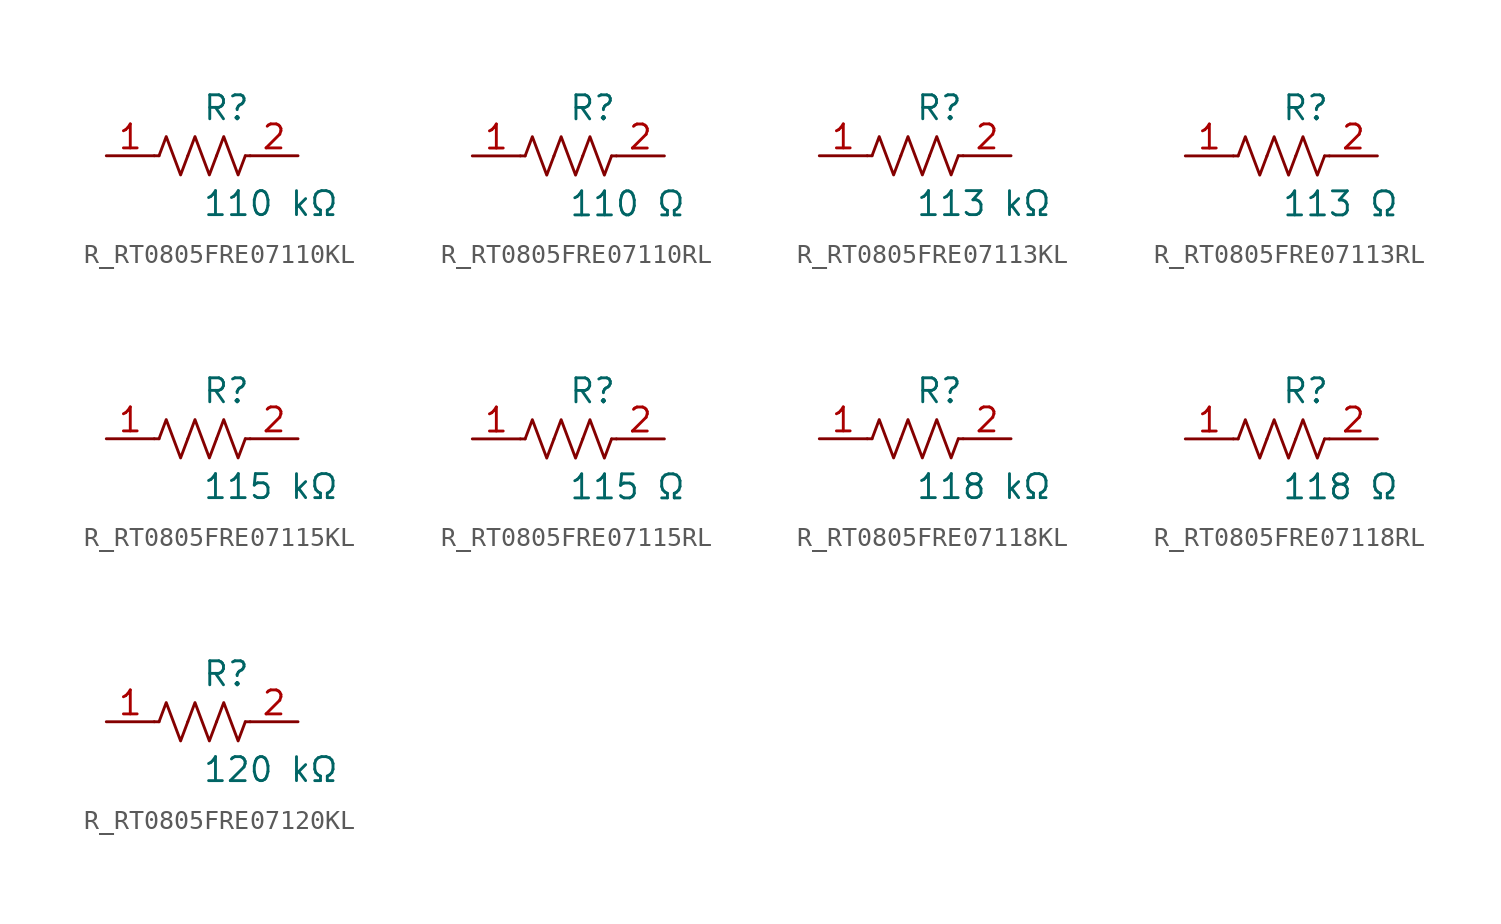
<source format=kicad_sym>
(kicad_symbol_lib
  (version 20231120)
  (generator kicad_symbol_editor)
  (generator_version 8.0)
  (symbol "R_RT0805FRE07110KL"
    (pin_names
      (offset 0.254))
    (property "Reference" "R"
      (at 0 2.54 0)
      (effects (font (size 1.27 1.27)) (justify left)))
    (property "Value" "110 kΩ"
      (at 0 -2.54 0)
      (effects (font (size 1.27 1.27)) (justify left)))
    (symbol "R_RT0805FRE07110KL_0_1"
      (polyline (pts (xy 2.286 0) (xy 2.54 0)) (stroke (width 0) (type default)) (fill (type none)))
      (polyline (pts (xy -2.286 0) (xy -2.54 0)) (stroke (width 0) (type default)) (fill (type none)))
      (polyline (pts (xy 0.762 0) (xy 1.143 1.016) (xy 1.524 0) (xy 1.905 -1.016) (xy 2.286 0)) (stroke (width 0) (type default)) (fill (type none)))
      (polyline (pts (xy -0.762 0) (xy -0.381 1.016) (xy 0 0) (xy 0.381 -1.016) (xy 0.762 0)) (stroke (width 0) (type default)) (fill (type none)))
      (polyline (pts (xy -2.286 0) (xy -1.905 1.016) (xy -1.524 0) (xy -1.143 -1.016) (xy -0.762 0)) (stroke (width 0) (type default)) (fill (type none))))
    (pin passive line
      (at -5.08 0 0)
      (length 2.54)
      (name "" (effects (font (size 1.27 1.27))))
      (number "1" (effects (font (size 1.27 1.27)))))
    (pin passive line
      (at 5.08 0 180)
      (length 2.54)
      (name "" (effects (font (size 1.27 1.27))))
      (number "2" (effects (font (size 1.27 1.27))))))
  (symbol "R_RT0805FRE07110RL"
    (pin_names
      (offset 0.254))
    (property "Reference" "R"
      (at 0 2.54 0)
      (effects (font (size 1.27 1.27)) (justify left)))
    (property "Value" "110 Ω"
      (at 0 -2.54 0)
      (effects (font (size 1.27 1.27)) (justify left)))
    (symbol "R_RT0805FRE07110RL_0_1"
      (polyline (pts (xy 2.286 0) (xy 2.54 0)) (stroke (width 0) (type default)) (fill (type none)))
      (polyline (pts (xy -2.286 0) (xy -2.54 0)) (stroke (width 0) (type default)) (fill (type none)))
      (polyline (pts (xy 0.762 0) (xy 1.143 1.016) (xy 1.524 0) (xy 1.905 -1.016) (xy 2.286 0)) (stroke (width 0) (type default)) (fill (type none)))
      (polyline (pts (xy -0.762 0) (xy -0.381 1.016) (xy 0 0) (xy 0.381 -1.016) (xy 0.762 0)) (stroke (width 0) (type default)) (fill (type none)))
      (polyline (pts (xy -2.286 0) (xy -1.905 1.016) (xy -1.524 0) (xy -1.143 -1.016) (xy -0.762 0)) (stroke (width 0) (type default)) (fill (type none))))
    (pin passive line
      (at -5.08 0 0)
      (length 2.54)
      (name "" (effects (font (size 1.27 1.27))))
      (number "1" (effects (font (size 1.27 1.27)))))
    (pin passive line
      (at 5.08 0 180)
      (length 2.54)
      (name "" (effects (font (size 1.27 1.27))))
      (number "2" (effects (font (size 1.27 1.27))))))
  (symbol "R_RT0805FRE07113KL"
    (pin_names
      (offset 0.254))
    (property "Reference" "R"
      (at 0 2.54 0)
      (effects (font (size 1.27 1.27)) (justify left)))
    (property "Value" "113 kΩ"
      (at 0 -2.54 0)
      (effects (font (size 1.27 1.27)) (justify left)))
    (symbol "R_RT0805FRE07113KL_0_1"
      (polyline (pts (xy 2.286 0) (xy 2.54 0)) (stroke (width 0) (type default)) (fill (type none)))
      (polyline (pts (xy -2.286 0) (xy -2.54 0)) (stroke (width 0) (type default)) (fill (type none)))
      (polyline (pts (xy 0.762 0) (xy 1.143 1.016) (xy 1.524 0) (xy 1.905 -1.016) (xy 2.286 0)) (stroke (width 0) (type default)) (fill (type none)))
      (polyline (pts (xy -0.762 0) (xy -0.381 1.016) (xy 0 0) (xy 0.381 -1.016) (xy 0.762 0)) (stroke (width 0) (type default)) (fill (type none)))
      (polyline (pts (xy -2.286 0) (xy -1.905 1.016) (xy -1.524 0) (xy -1.143 -1.016) (xy -0.762 0)) (stroke (width 0) (type default)) (fill (type none))))
    (pin passive line
      (at -5.08 0 0)
      (length 2.54)
      (name "" (effects (font (size 1.27 1.27))))
      (number "1" (effects (font (size 1.27 1.27)))))
    (pin passive line
      (at 5.08 0 180)
      (length 2.54)
      (name "" (effects (font (size 1.27 1.27))))
      (number "2" (effects (font (size 1.27 1.27))))))
  (symbol "R_RT0805FRE07113RL"
    (pin_names
      (offset 0.254))
    (property "Reference" "R"
      (at 0 2.54 0)
      (effects (font (size 1.27 1.27)) (justify left)))
    (property "Value" "113 Ω"
      (at 0 -2.54 0)
      (effects (font (size 1.27 1.27)) (justify left)))
    (symbol "R_RT0805FRE07113RL_0_1"
      (polyline (pts (xy 2.286 0) (xy 2.54 0)) (stroke (width 0) (type default)) (fill (type none)))
      (polyline (pts (xy -2.286 0) (xy -2.54 0)) (stroke (width 0) (type default)) (fill (type none)))
      (polyline (pts (xy 0.762 0) (xy 1.143 1.016) (xy 1.524 0) (xy 1.905 -1.016) (xy 2.286 0)) (stroke (width 0) (type default)) (fill (type none)))
      (polyline (pts (xy -0.762 0) (xy -0.381 1.016) (xy 0 0) (xy 0.381 -1.016) (xy 0.762 0)) (stroke (width 0) (type default)) (fill (type none)))
      (polyline (pts (xy -2.286 0) (xy -1.905 1.016) (xy -1.524 0) (xy -1.143 -1.016) (xy -0.762 0)) (stroke (width 0) (type default)) (fill (type none))))
    (pin passive line
      (at -5.08 0 0)
      (length 2.54)
      (name "" (effects (font (size 1.27 1.27))))
      (number "1" (effects (font (size 1.27 1.27)))))
    (pin passive line
      (at 5.08 0 180)
      (length 2.54)
      (name "" (effects (font (size 1.27 1.27))))
      (number "2" (effects (font (size 1.27 1.27))))))
  (symbol "R_RT0805FRE07115KL"
    (pin_names
      (offset 0.254))
    (property "Reference" "R"
      (at 0 2.54 0)
      (effects (font (size 1.27 1.27)) (justify left)))
    (property "Value" "115 kΩ"
      (at 0 -2.54 0)
      (effects (font (size 1.27 1.27)) (justify left)))
    (symbol "R_RT0805FRE07115KL_0_1"
      (polyline (pts (xy 2.286 0) (xy 2.54 0)) (stroke (width 0) (type default)) (fill (type none)))
      (polyline (pts (xy -2.286 0) (xy -2.54 0)) (stroke (width 0) (type default)) (fill (type none)))
      (polyline (pts (xy 0.762 0) (xy 1.143 1.016) (xy 1.524 0) (xy 1.905 -1.016) (xy 2.286 0)) (stroke (width 0) (type default)) (fill (type none)))
      (polyline (pts (xy -0.762 0) (xy -0.381 1.016) (xy 0 0) (xy 0.381 -1.016) (xy 0.762 0)) (stroke (width 0) (type default)) (fill (type none)))
      (polyline (pts (xy -2.286 0) (xy -1.905 1.016) (xy -1.524 0) (xy -1.143 -1.016) (xy -0.762 0)) (stroke (width 0) (type default)) (fill (type none))))
    (pin passive line
      (at -5.08 0 0)
      (length 2.54)
      (name "" (effects (font (size 1.27 1.27))))
      (number "1" (effects (font (size 1.27 1.27)))))
    (pin passive line
      (at 5.08 0 180)
      (length 2.54)
      (name "" (effects (font (size 1.27 1.27))))
      (number "2" (effects (font (size 1.27 1.27))))))
  (symbol "R_RT0805FRE07115RL"
    (pin_names
      (offset 0.254))
    (property "Reference" "R"
      (at 0 2.54 0)
      (effects (font (size 1.27 1.27)) (justify left)))
    (property "Value" "115 Ω"
      (at 0 -2.54 0)
      (effects (font (size 1.27 1.27)) (justify left)))
    (symbol "R_RT0805FRE07115RL_0_1"
      (polyline (pts (xy 2.286 0) (xy 2.54 0)) (stroke (width 0) (type default)) (fill (type none)))
      (polyline (pts (xy -2.286 0) (xy -2.54 0)) (stroke (width 0) (type default)) (fill (type none)))
      (polyline (pts (xy 0.762 0) (xy 1.143 1.016) (xy 1.524 0) (xy 1.905 -1.016) (xy 2.286 0)) (stroke (width 0) (type default)) (fill (type none)))
      (polyline (pts (xy -0.762 0) (xy -0.381 1.016) (xy 0 0) (xy 0.381 -1.016) (xy 0.762 0)) (stroke (width 0) (type default)) (fill (type none)))
      (polyline (pts (xy -2.286 0) (xy -1.905 1.016) (xy -1.524 0) (xy -1.143 -1.016) (xy -0.762 0)) (stroke (width 0) (type default)) (fill (type none))))
    (pin passive line
      (at -5.08 0 0)
      (length 2.54)
      (name "" (effects (font (size 1.27 1.27))))
      (number "1" (effects (font (size 1.27 1.27)))))
    (pin passive line
      (at 5.08 0 180)
      (length 2.54)
      (name "" (effects (font (size 1.27 1.27))))
      (number "2" (effects (font (size 1.27 1.27))))))
  (symbol "R_RT0805FRE07118KL"
    (pin_names
      (offset 0.254))
    (property "Reference" "R"
      (at 0 2.54 0)
      (effects (font (size 1.27 1.27)) (justify left)))
    (property "Value" "118 kΩ"
      (at 0 -2.54 0)
      (effects (font (size 1.27 1.27)) (justify left)))
    (symbol "R_RT0805FRE07118KL_0_1"
      (polyline (pts (xy 2.286 0) (xy 2.54 0)) (stroke (width 0) (type default)) (fill (type none)))
      (polyline (pts (xy -2.286 0) (xy -2.54 0)) (stroke (width 0) (type default)) (fill (type none)))
      (polyline (pts (xy 0.762 0) (xy 1.143 1.016) (xy 1.524 0) (xy 1.905 -1.016) (xy 2.286 0)) (stroke (width 0) (type default)) (fill (type none)))
      (polyline (pts (xy -0.762 0) (xy -0.381 1.016) (xy 0 0) (xy 0.381 -1.016) (xy 0.762 0)) (stroke (width 0) (type default)) (fill (type none)))
      (polyline (pts (xy -2.286 0) (xy -1.905 1.016) (xy -1.524 0) (xy -1.143 -1.016) (xy -0.762 0)) (stroke (width 0) (type default)) (fill (type none))))
    (pin passive line
      (at -5.08 0 0)
      (length 2.54)
      (name "" (effects (font (size 1.27 1.27))))
      (number "1" (effects (font (size 1.27 1.27)))))
    (pin passive line
      (at 5.08 0 180)
      (length 2.54)
      (name "" (effects (font (size 1.27 1.27))))
      (number "2" (effects (font (size 1.27 1.27))))))
  (symbol "R_RT0805FRE07118RL"
    (pin_names
      (offset 0.254))
    (property "Reference" "R"
      (at 0 2.54 0)
      (effects (font (size 1.27 1.27)) (justify left)))
    (property "Value" "118 Ω"
      (at 0 -2.54 0)
      (effects (font (size 1.27 1.27)) (justify left)))
    (symbol "R_RT0805FRE07118RL_0_1"
      (polyline (pts (xy 2.286 0) (xy 2.54 0)) (stroke (width 0) (type default)) (fill (type none)))
      (polyline (pts (xy -2.286 0) (xy -2.54 0)) (stroke (width 0) (type default)) (fill (type none)))
      (polyline (pts (xy 0.762 0) (xy 1.143 1.016) (xy 1.524 0) (xy 1.905 -1.016) (xy 2.286 0)) (stroke (width 0) (type default)) (fill (type none)))
      (polyline (pts (xy -0.762 0) (xy -0.381 1.016) (xy 0 0) (xy 0.381 -1.016) (xy 0.762 0)) (stroke (width 0) (type default)) (fill (type none)))
      (polyline (pts (xy -2.286 0) (xy -1.905 1.016) (xy -1.524 0) (xy -1.143 -1.016) (xy -0.762 0)) (stroke (width 0) (type default)) (fill (type none))))
    (pin passive line
      (at -5.08 0 0)
      (length 2.54)
      (name "" (effects (font (size 1.27 1.27))))
      (number "1" (effects (font (size 1.27 1.27)))))
    (pin passive line
      (at 5.08 0 180)
      (length 2.54)
      (name "" (effects (font (size 1.27 1.27))))
      (number "2" (effects (font (size 1.27 1.27))))))
  (symbol "R_RT0805FRE07120KL"
    (pin_names
      (offset 0.254))
    (property "Reference" "R"
      (at 0 2.54 0)
      (effects (font (size 1.27 1.27)) (justify left)))
    (property "Value" "120 kΩ"
      (at 0 -2.54 0)
      (effects (font (size 1.27 1.27)) (justify left)))
    (symbol "R_RT0805FRE07120KL_0_1"
      (polyline (pts (xy 2.286 0) (xy 2.54 0)) (stroke (width 0) (type default)) (fill (type none)))
      (polyline (pts (xy -2.286 0) (xy -2.54 0)) (stroke (width 0) (type default)) (fill (type none)))
      (polyline (pts (xy 0.762 0) (xy 1.143 1.016) (xy 1.524 0) (xy 1.905 -1.016) (xy 2.286 0)) (stroke (width 0) (type default)) (fill (type none)))
      (polyline (pts (xy -0.762 0) (xy -0.381 1.016) (xy 0 0) (xy 0.381 -1.016) (xy 0.762 0)) (stroke (width 0) (type default)) (fill (type none)))
      (polyline (pts (xy -2.286 0) (xy -1.905 1.016) (xy -1.524 0) (xy -1.143 -1.016) (xy -0.762 0)) (stroke (width 0) (type default)) (fill (type none))))
    (pin passive line
      (at -5.08 0 0)
      (length 2.54)
      (name "" (effects (font (size 1.27 1.27))))
      (number "1" (effects (font (size 1.27 1.27)))))
    (pin passive line
      (at 5.08 0 180)
      (length 2.54)
      (name "" (effects (font (size 1.27 1.27))))
      (number "2" (effects (font (size 1.27 1.27)))))))
</source>
